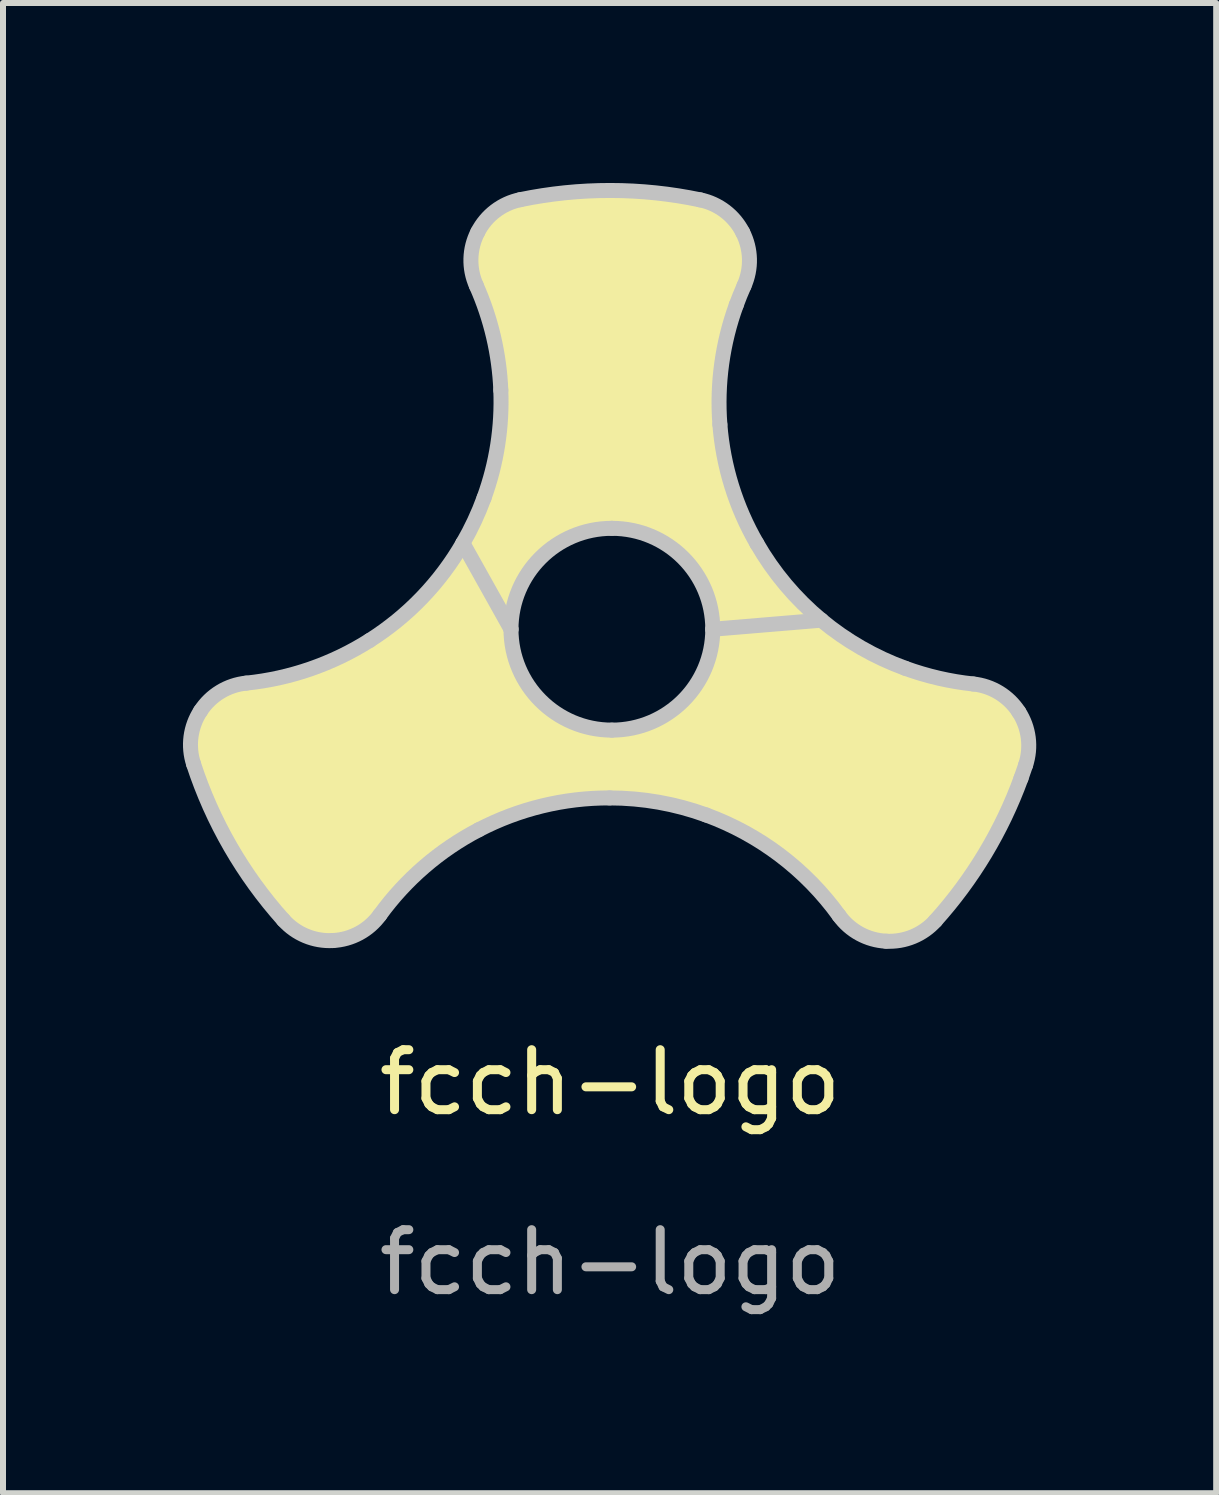
<source format=kicad_pcb>
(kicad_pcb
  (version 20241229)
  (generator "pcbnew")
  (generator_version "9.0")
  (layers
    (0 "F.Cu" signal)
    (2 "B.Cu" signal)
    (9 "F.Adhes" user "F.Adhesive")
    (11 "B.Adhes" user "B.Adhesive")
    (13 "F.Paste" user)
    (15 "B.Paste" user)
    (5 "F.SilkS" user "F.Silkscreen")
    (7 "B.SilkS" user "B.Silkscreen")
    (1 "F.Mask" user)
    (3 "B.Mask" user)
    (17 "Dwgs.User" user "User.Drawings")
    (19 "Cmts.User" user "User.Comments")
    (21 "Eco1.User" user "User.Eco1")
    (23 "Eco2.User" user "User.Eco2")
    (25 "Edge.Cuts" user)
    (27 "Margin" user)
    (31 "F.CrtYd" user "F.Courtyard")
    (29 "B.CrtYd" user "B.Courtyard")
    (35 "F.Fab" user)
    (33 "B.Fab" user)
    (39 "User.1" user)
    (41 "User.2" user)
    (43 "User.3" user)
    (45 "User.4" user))
  (footprint "fcch-logo"
    (layer "F.Cu")
    (at 7.122 15.493)
    (property "Reference" "fcch-logo" (at 0 -0.5 0) (unlocked yes) (layer "F.SilkS") (effects (font (size 1 1) (thickness 0.15))))
    (fp_poly (pts (arc (start -2.103409 -10.242377) (mid -2.263192 -9.857453) (end -2.455986 -9.487956)) (arc (start -1.654293 -8.054187) (mid -1.161648 -9.243525) (end 0.027691 -9.736171)) (arc (start 0.027691 -9.736171) (mid 1.217031 -9.243526) (end 1.709675 -8.054187)) (arc (start 3.51882 -8.205035) (mid 2.924346 -8.795639) (end 2.444299 -9.482493)) (arc (start 2.444299 -9.482493) (mid 2.024777 -10.440579) (end 1.827865 -11.467785)) (arc (start 1.827865 -11.467785) (mid 1.858111 -12.479026) (end 2.101681 -13.46096)) (arc (start 2.101681 -13.46096) (mid 2.163244 -13.620758) (end 2.230375 -13.778298)) (arc (start 2.230375 -13.778298) (mid 2.320856 -14.226273) (end 2.208523 -14.669274)) (arc (start 2.208523 -14.669274) (mid 1.916314 -15.020832) (end 1.500649 -15.2111)) (arc (start 1.500649 -15.2111) (mid 0.754705 -15.328261) (end 0.000658 -15.367895)) (arc (start 0.000658 -15.367895) (mid -0.753266 -15.329734) (end -1.499313 -15.214527)) (arc (start -1.499313 -15.214527) (mid -1.915306 -15.025279) (end -2.208154 -14.674415)) (arc (start -2.208154 -14.674415) (mid -2.32186 -14.231698) (end -2.232466 -13.783439)) (arc (start -2.232466 -13.783439) (mid -1.94539 -12.930831) (end -1.823788 -12.039447)) (arc (start -1.823788 -12.039447) (mid -1.875482 -11.127201) (end -2.103409 -10.242377))) (stroke (width 0) (type solid)) (fill yes) (layer "F.SilkS"))
    (fp_poly (pts (arc (start -4.01099 -7.866892) (mid -3.135084 -8.58303) (end -2.455986 -9.487956)) (arc (start -1.654293 -8.054187) (mid -1.161651 -6.864845) (end 0.027691 -6.372203)) (arc (start 0.027691 -6.372203) (mid 1.217031 -6.864846) (end 1.709675 -8.054187)) (arc (start 3.51882 -8.205035) (mid 4.182958 -7.744281) (end 4.916022 -7.403705)) (arc (start 4.916022 -7.403705) (mid 5.475694 -7.237707) (end 6.051442 -7.141258)) (arc (start 6.051442 -7.141258) (mid 6.484111 -6.994759) (end 6.81064 -6.67533)) (arc (start 6.81064 -6.67533) (mid 6.968265 -6.24645) (end 6.924597 -5.791611)) (arc (start 6.924597 -5.791611) (mid 6.887251 -5.680672) (end 6.847954 -5.570409)) (arc (start 6.847954 -5.570409) (mid 6.248166 -4.313771) (end 5.420252 -3.194199)) (arc (start 5.420252 -3.194199) (mid 5.047573 -2.930297) (end 4.597393 -2.853658)) (arc (start 4.597393 -2.853658) (mid 4.158031 -2.977804) (end 3.815597 -3.279793)) (arc (start 3.815597 -3.279793) (mid 2.833714 -4.284614) (end 1.600556 -4.957725)) (arc (start 1.600556 -4.957725) (mid 0.807267 -5.170449) (end -0.010913 -5.242145)) (arc (start -0.010913 -5.242145) (mid -1.13415 -5.108949) (end -2.193035 -4.711244)) (arc (start -2.193035 -4.711244) (mid -3.099742 -4.09572) (end -3.841475 -3.288985)) (arc (start -3.841475 -3.288985) (mid -4.184742 -2.987516) (end -4.624742 -2.864564)) (arc (start -4.624742 -2.864564) (mid -5.074686 -2.942272) (end -5.446574 -3.207202)) (arc (start -5.446574 -3.207202) (mid -6.331271 -4.429597) (end -6.945456 -5.807899)) (arc (start -6.945456 -5.807899) (mid -6.987914 -6.26276) (end -6.82918 -6.691134)) (arc (start -6.82918 -6.691134) (mid -6.501807 -7.009745) (end -6.068894 -7.155591)) (arc (start -6.068894 -7.155591) (mid -4.998587 -7.391595) (end -4.01099 -7.866892))) (stroke (width 0) (type solid)) (fill yes) (layer "F.SilkS"))
    (fp_line (start -1.654 -8.054) (end -2.456 -9.488) (stroke (width 0.25) (type solid)) (layer "Dwgs.User"))
    (fp_line (start 3.519 -8.205) (end 1.71 -8.054) (stroke (width 0.25) (type solid)) (layer "Dwgs.User"))
    (fp_arc (start -6.945456 -5.807899) (mid -6.987914 -6.26276) (end -6.82918 -6.691134) (stroke (width 0.25) (type solid)) (layer "Dwgs.User"))
    (fp_arc (start -6.82918 -6.691134) (mid -6.501807 -7.009745) (end -6.068894 -7.155591) (stroke (width 0.25) (type solid)) (layer "Dwgs.User"))
    (fp_arc (start -5.446574 -3.207202) (mid -6.331271 -4.429597) (end -6.945456 -5.807899) (stroke (width 0.25) (type solid)) (layer "Dwgs.User"))
    (fp_arc (start -4.624742 -2.864564) (mid -5.074686 -2.942272) (end -5.446574 -3.207202) (stroke (width 0.25) (type solid)) (layer "Dwgs.User"))
    (fp_arc (start -4.01099 -7.866892) (mid -4.998587 -7.391595) (end -6.068894 -7.155591) (stroke (width 0.25) (type solid)) (layer "Dwgs.User"))
    (fp_arc (start -3.841475 -3.288985) (mid -4.184742 -2.987516) (end -4.624742 -2.864564) (stroke (width 0.25) (type solid)) (layer "Dwgs.User"))
    (fp_arc (start -3.841475 -3.288985) (mid -3.099742 -4.09572) (end -2.193035 -4.711244) (stroke (width 0.25) (type solid)) (layer "Dwgs.User"))
    (fp_arc (start -2.455986 -9.487956) (mid -3.135084 -8.58303) (end -4.01099 -7.866892) (stroke (width 0.25) (type solid)) (layer "Dwgs.User"))
    (fp_arc (start -2.232466 -13.783439) (mid -2.32186 -14.231698) (end -2.208154 -14.674415) (stroke (width 0.25) (type solid)) (layer "Dwgs.User"))
    (fp_arc (start -2.232466 -13.783439) (mid -1.94539 -12.930831) (end -1.823788 -12.039447) (stroke (width 0.25) (type solid)) (layer "Dwgs.User"))
    (fp_arc (start -2.208154 -14.674415) (mid -1.915306 -15.025279) (end -1.499313 -15.214527) (stroke (width 0.25) (type solid)) (layer "Dwgs.User"))
    (fp_arc (start -2.193035 -4.711244) (mid -1.13415 -5.108949) (end -0.010913 -5.242145) (stroke (width 0.25) (type solid)) (layer "Dwgs.User"))
    (fp_arc (start -2.103409 -10.242377) (mid -2.263192 -9.857453) (end -2.455986 -9.487956) (stroke (width 0.25) (type solid)) (layer "Dwgs.User"))
    (fp_arc (start -1.823788 -12.039447) (mid -1.875482 -11.127201) (end -2.103409 -10.242377) (stroke (width 0.25) (type solid)) (layer "Dwgs.User"))
    (fp_arc (start -1.654293 -8.054187) (mid -1.161648 -9.243525) (end 0.027691 -9.736171) (stroke (width 0.25) (type solid)) (layer "Dwgs.User"))
    (fp_arc (start -1.499313 -15.214527) (mid -0.753266 -15.329734) (end 0.000658 -15.367895) (stroke (width 0.25) (type solid)) (layer "Dwgs.User"))
    (fp_arc (start -0.010913 -5.242145) (mid 0.807267 -5.170449) (end 1.600556 -4.957725) (stroke (width 0.25) (type solid)) (layer "Dwgs.User"))
    (fp_arc (start 0.000658 -15.367895) (mid 0.754705 -15.328261) (end 1.500649 -15.2111) (stroke (width 0.25) (type solid)) (layer "Dwgs.User"))
    (fp_arc (start 0.027691 -9.736171) (mid 1.217031 -9.243526) (end 1.709675 -8.054187) (stroke (width 0.25) (type solid)) (layer "Dwgs.User"))
    (fp_arc (start 0.027691 -6.372203) (mid -1.161651 -6.864845) (end -1.654293 -8.054187) (stroke (width 0.25) (type solid)) (layer "Dwgs.User"))
    (fp_arc (start 1.500649 -15.2111) (mid 1.916314 -15.020832) (end 2.208523 -14.669274) (stroke (width 0.25) (type solid)) (layer "Dwgs.User"))
    (fp_arc (start 1.600556 -4.957725) (mid 2.833714 -4.284614) (end 3.815597 -3.279793) (stroke (width 0.25) (type solid)) (layer "Dwgs.User"))
    (fp_arc (start 1.709675 -8.054187) (mid 1.217031 -6.864846) (end 0.027691 -6.372203) (stroke (width 0.25) (type solid)) (layer "Dwgs.User"))
    (fp_arc (start 1.827865 -11.467785) (mid 1.858111 -12.479026) (end 2.101681 -13.46096) (stroke (width 0.25) (type solid)) (layer "Dwgs.User"))
    (fp_arc (start 2.101681 -13.46096) (mid 2.163244 -13.620758) (end 2.230375 -13.778298) (stroke (width 0.25) (type solid)) (layer "Dwgs.User"))
    (fp_arc (start 2.208523 -14.669274) (mid 2.320856 -14.226273) (end 2.230375 -13.778298) (stroke (width 0.25) (type solid)) (layer "Dwgs.User"))
    (fp_arc (start 2.444299 -9.482493) (mid 2.024777 -10.440579) (end 1.827865 -11.467785) (stroke (width 0.25) (type solid)) (layer "Dwgs.User"))
    (fp_arc (start 3.51882 -8.205035) (mid 2.924346 -8.795639) (end 2.444299 -9.482493) (stroke (width 0.25) (type solid)) (layer "Dwgs.User"))
    (fp_arc (start 4.597393 -2.853658) (mid 4.158031 -2.977804) (end 3.815597 -3.279793) (stroke (width 0.25) (type solid)) (layer "Dwgs.User"))
    (fp_arc (start 4.916022 -7.403705) (mid 4.182958 -7.744281) (end 3.51882 -8.205035) (stroke (width 0.25) (type solid)) (layer "Dwgs.User"))
    (fp_arc (start 5.420252 -3.194199) (mid 5.047573 -2.930297) (end 4.597393 -2.853658) (stroke (width 0.25) (type solid)) (layer "Dwgs.User"))
    (fp_arc (start 6.051442 -7.141258) (mid 5.475694 -7.237707) (end 4.916022 -7.403705) (stroke (width 0.25) (type solid)) (layer "Dwgs.User"))
    (fp_arc (start 6.051442 -7.141258) (mid 6.484111 -6.994759) (end 6.81064 -6.67533) (stroke (width 0.25) (type solid)) (layer "Dwgs.User"))
    (fp_arc (start 6.81064 -6.67533) (mid 6.968265 -6.24645) (end 6.924597 -5.791611) (stroke (width 0.25) (type solid)) (layer "Dwgs.User"))
    (fp_arc (start 6.847954 -5.570409) (mid 6.248166 -4.313771) (end 5.420252 -3.194199) (stroke (width 0.25) (type solid)) (layer "Dwgs.User"))
    (fp_arc (start 6.924597 -5.791611) (mid 6.887251 -5.680672) (end 6.847954 -5.570409) (stroke (width 0.25) (type solid)) (layer "Dwgs.User"))
    (fp_text user "${REFERENCE}" (at 0 2.5 0) (unlocked yes) (layer "F.Fab") (effects (font (size 1 1) (thickness 0.15)))))
  (gr_rect
    (start -3 -3)
    (end 17.223 21.841)
    (stroke (width 0.1) (type default))
    (fill no)
    (layer "Edge.Cuts")))
</source>
